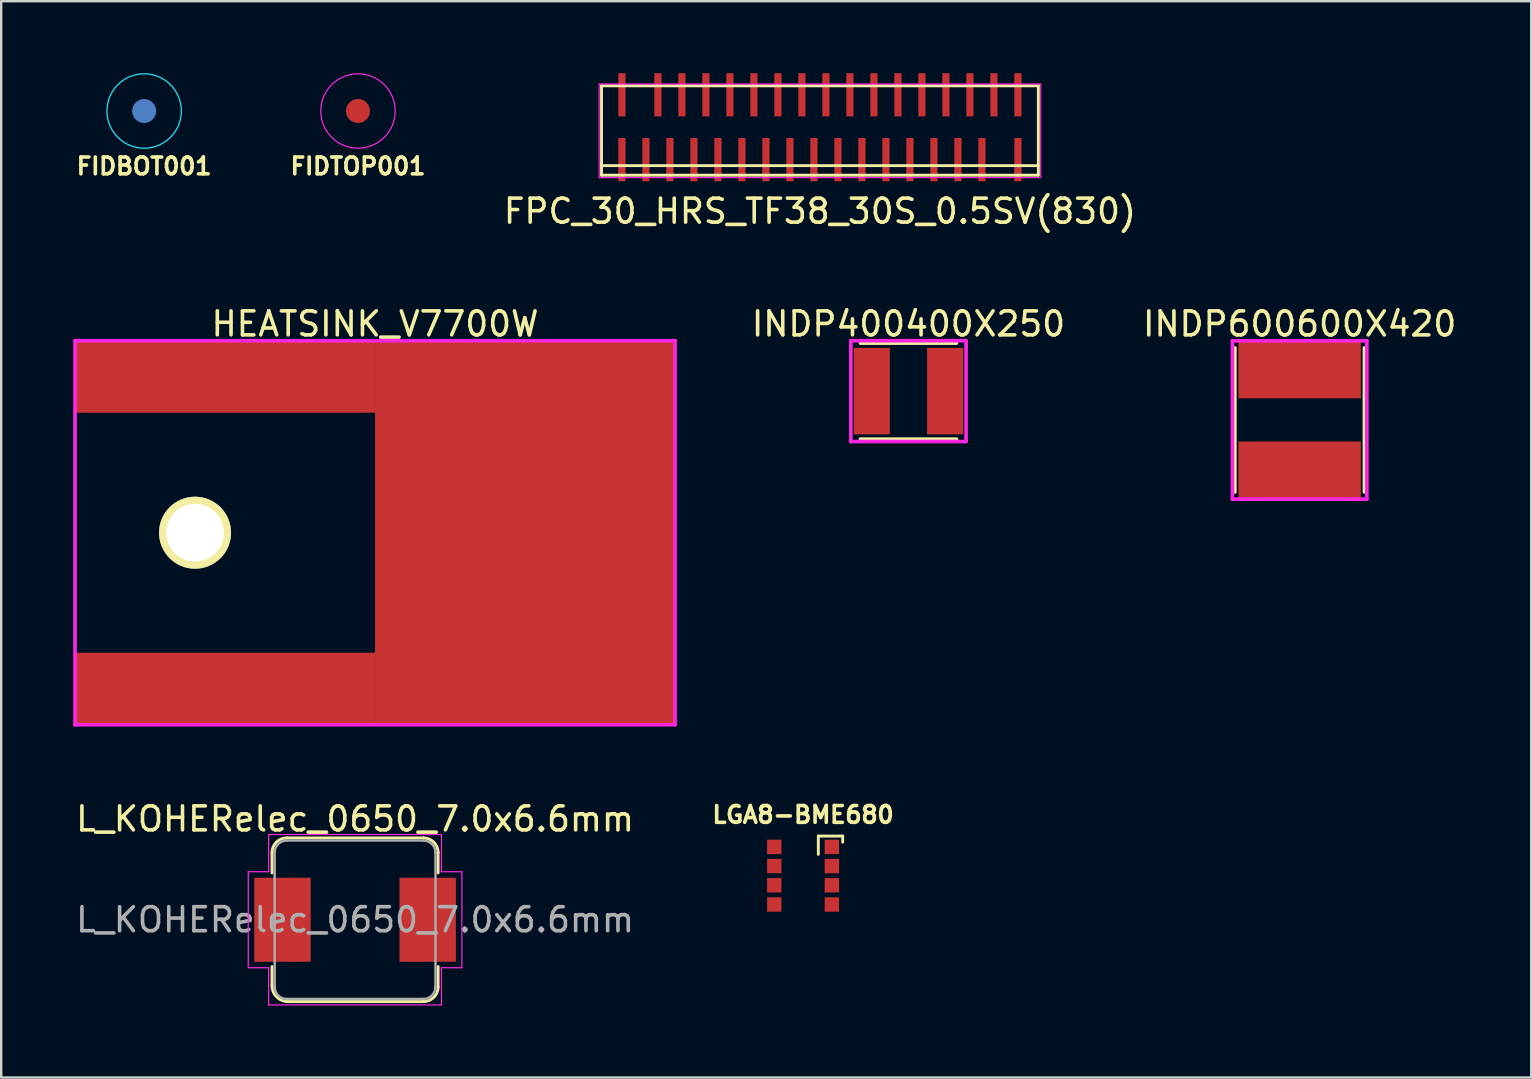
<source format=kicad_pcb>
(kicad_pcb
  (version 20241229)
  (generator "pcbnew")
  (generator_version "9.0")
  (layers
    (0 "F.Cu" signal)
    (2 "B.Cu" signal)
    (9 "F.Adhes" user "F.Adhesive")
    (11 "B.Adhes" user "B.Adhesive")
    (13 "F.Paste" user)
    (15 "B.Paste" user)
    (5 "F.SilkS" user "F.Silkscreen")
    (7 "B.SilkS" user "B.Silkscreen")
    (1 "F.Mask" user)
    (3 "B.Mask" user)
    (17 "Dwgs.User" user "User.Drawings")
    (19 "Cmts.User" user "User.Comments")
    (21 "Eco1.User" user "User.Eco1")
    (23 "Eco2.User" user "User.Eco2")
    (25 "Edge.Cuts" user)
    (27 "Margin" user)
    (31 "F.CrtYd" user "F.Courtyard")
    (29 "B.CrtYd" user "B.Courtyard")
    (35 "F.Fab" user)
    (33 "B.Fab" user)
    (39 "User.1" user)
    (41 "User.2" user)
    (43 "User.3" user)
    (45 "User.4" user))
  (footprint "LGA8-BME680"
    (layer "F.Cu")
    (at 30.41 33.435)
    (property "Reference" "LGA8-BME680" (at 0 -2.54 0) (unlocked yes) (layer "F.SilkS") (effects (font (size 0.7 0.7) (thickness 0.15))))
    (attr smd)
    (fp_line (start 0.635 -1.651) (end 1.651 -1.651) (stroke (width 0.12) (type solid)) (layer "F.SilkS"))
    (fp_line (start 0.635 -0.889) (end 0.635 -1.651) (stroke (width 0.12) (type solid)) (layer "F.SilkS"))
    (fp_line (start 1.651 -1.651) (end 1.651 -1.397) (stroke (width 0.12) (type solid)) (layer "F.SilkS"))
    (pad "1" smd rect (at 1.2 -1.2) (size 0.6 0.6) (layers "F.Cu" "F.Mask" "F.Paste"))
    (pad "2" smd rect (at 1.2 -0.4) (size 0.6 0.6) (layers "F.Cu" "F.Mask" "F.Paste"))
    (pad "3" smd rect (at 1.2 0.4) (size 0.6 0.6) (layers "F.Cu" "F.Mask" "F.Paste"))
    (pad "4" smd rect (at 1.2 1.2) (size 0.6 0.6) (layers "F.Cu" "F.Mask" "F.Paste"))
    (pad "5" smd rect (at -1.2 1.2) (size 0.6 0.6) (layers "F.Cu" "F.Mask" "F.Paste"))
    (pad "6" smd rect (at -1.2 0.4) (size 0.6 0.6) (layers "F.Cu" "F.Mask" "F.Paste"))
    (pad "7" smd rect (at -1.2 -0.4) (size 0.6 0.6) (layers "F.Cu" "F.Mask" "F.Paste"))
    (pad "8" smd rect (at -1.2 -1.2) (size 0.6 0.6) (layers "F.Cu" "F.Mask" "F.Paste")))
  (footprint "FIDTOP001"
    (layer "F.Cu")
    (at 11.865 1.575)
    (property "Reference" "FIDTOP001" (at 0 2.3 0) (layer "F.SilkS") (effects (font (size 0.7 0.7) (thickness 0.15))))
    (attr exclude_from_pos_files exclude_from_bom)
    (fp_circle (center 0 0) (end 1.55 0) (stroke (width 0.05) (type solid)) (fill no) (layer "F.CrtYd"))
    (pad "~" smd circle (at 0 0) (size 1 1) (layers "F.Cu" "F.Mask")))
  (footprint "FIDBOT001"
    (layer "F.Cu")
    (at 2.955 1.575)
    (property "Reference" "FIDBOT001" (at 0 2.3 0) (layer "F.SilkS") (effects (font (size 0.7 0.7) (thickness 0.15))))
    (attr exclude_from_pos_files exclude_from_bom)
    (fp_circle (center 0 0) (end 1.55 0) (stroke (width 0.05) (type solid)) (fill no) (layer "B.CrtYd"))
    (pad "~" smd circle (at 0 0) (size 1 1) (layers "B.Cu" "B.Mask")))
  (footprint "INDP400400X250"
    (layer "F.Cu")
    (at 34.801 13.246)
    (property "Reference" "INDP400400X250" (at 0 -2.8 0) (layer "F.SilkS") (effects (font (size 1 1) (thickness 0.15))))
    (attr through_hole)
    (fp_line (start 2 -2) (end -2 -2) (stroke (width 0.152) (type solid)) (layer "F.SilkS"))
    (fp_line (start 2 2) (end -2 2) (stroke (width 0.152) (type solid)) (layer "F.SilkS"))
    (fp_line (start -2.4 -2.1) (end 2.4 -2.1) (stroke (width 0.152) (type solid)) (layer "F.CrtYd"))
    (fp_line (start -2.4 2.1) (end -2.4 -2.1) (stroke (width 0.152) (type solid)) (layer "F.CrtYd"))
    (fp_line (start 2.4 -2.1) (end 2.4 2.1) (stroke (width 0.152) (type solid)) (layer "F.CrtYd"))
    (fp_line (start 2.4 2.1) (end -2.4 2.1) (stroke (width 0.152) (type solid)) (layer "F.CrtYd"))
    (pad "1" smd rect (at -1.525 0) (size 1.5 3.6) (layers "F.Cu" "F.Mask" "F.Paste"))
    (pad "2" smd rect (at 1.525 0) (size 1.5 3.6) (layers "F.Cu" "F.Mask" "F.Paste")))
  (footprint "L_KOHERelec_0650_7.0x6.6mm"
    (layer "F.Cu")
    (at 11.744 35.271)
    (property "Reference" "L_KOHERelec_0650_7.0x6.6mm" (at 0 -4.2 0) (layer "F.SilkS") (effects (font (size 1 1) (thickness 0.15))))
    (attr smd)
    (fp_line (start -3.46 -1.95) (end -3.46 -2.8) (stroke (width 0.12) (type solid)) (layer "F.SilkS"))
    (fp_line (start -3.46 2.75) (end -3.46 1.95) (stroke (width 0.12) (type solid)) (layer "F.SilkS"))
    (fp_line (start -2.85 -3.41) (end 2.85 -3.41) (stroke (width 0.12) (type solid)) (layer "F.SilkS"))
    (fp_line (start 2.85 3.41) (end -2.8 3.41) (stroke (width 0.12) (type solid)) (layer "F.SilkS"))
    (fp_line (start 3.46 -2.8) (end 3.46 -1.95) (stroke (width 0.12) (type solid)) (layer "F.SilkS"))
    (fp_line (start 3.46 1.95) (end 3.46 2.8) (stroke (width 0.12) (type solid)) (layer "F.SilkS"))
    (fp_arc (start -3.46 -2.8) (mid -3.281335 -3.231335) (end -2.85 -3.41) (stroke (width 0.12) (type solid)) (layer "F.SilkS"))
    (fp_arc (start -2.8 3.41) (mid -3.26669 3.21669) (end -3.46 2.75) (stroke (width 0.12) (type solid)) (layer "F.SilkS"))
    (fp_arc (start 2.85 -3.41) (mid 3.281335 -3.231335) (end 3.46 -2.8) (stroke (width 0.12) (type solid)) (layer "F.SilkS"))
    (fp_arc (start 3.46 2.8) (mid 3.281335 3.231335) (end 2.85 3.41) (stroke (width 0.12) (type solid)) (layer "F.SilkS"))
    (fp_line (start -4.45 -2) (end -3.6 -2) (stroke (width 0.05) (type solid)) (layer "F.CrtYd"))
    (fp_line (start -4.45 2) (end -4.45 -2) (stroke (width 0.05) (type solid)) (layer "F.CrtYd"))
    (fp_line (start -3.6 -3.55) (end 3.6 -3.55) (stroke (width 0.05) (type solid)) (layer "F.CrtYd"))
    (fp_line (start -3.6 -2) (end -3.6 -3.55) (stroke (width 0.05) (type solid)) (layer "F.CrtYd"))
    (fp_line (start -3.6 2) (end -4.45 2) (stroke (width 0.05) (type solid)) (layer "F.CrtYd"))
    (fp_line (start -3.6 3.55) (end -3.6 2) (stroke (width 0.05) (type solid)) (layer "F.CrtYd"))
    (fp_line (start 3.6 -3.55) (end 3.6 -2) (stroke (width 0.05) (type solid)) (layer "F.CrtYd"))
    (fp_line (start 3.6 -2) (end 4.45 -2) (stroke (width 0.05) (type solid)) (layer "F.CrtYd"))
    (fp_line (start 3.6 2) (end 3.6 3.55) (stroke (width 0.05) (type solid)) (layer "F.CrtYd"))
    (fp_line (start 3.6 3.55) (end -3.6 3.55) (stroke (width 0.05) (type solid)) (layer "F.CrtYd"))
    (fp_line (start 4.45 -2) (end 4.45 2) (stroke (width 0.05) (type solid)) (layer "F.CrtYd"))
    (fp_line (start 4.45 2) (end 3.6 2) (stroke (width 0.05) (type solid)) (layer "F.CrtYd"))
    (fp_line (start -3.35 2.8) (end -3.35 -2.8) (stroke (width 0.1) (type solid)) (layer "F.Fab"))
    (fp_line (start -2.85 -3.3) (end 2.85 -3.3) (stroke (width 0.1) (type solid)) (layer "F.Fab"))
    (fp_line (start 2.85 3.3) (end -2.85 3.3) (stroke (width 0.1) (type solid)) (layer "F.Fab"))
    (fp_line (start 3.35 -2.8) (end 3.35 2.8) (stroke (width 0.1) (type solid)) (layer "F.Fab"))
    (fp_arc (start -3.35 -2.8) (mid -3.203553 -3.153553) (end -2.85 -3.3) (stroke (width 0.1) (type solid)) (layer "F.Fab"))
    (fp_arc (start -2.85 3.3) (mid -3.203553 3.153553) (end -3.35 2.8) (stroke (width 0.1) (type solid)) (layer "F.Fab"))
    (fp_arc (start 2.85 -3.3) (mid 3.203553 -3.153553) (end 3.35 -2.8) (stroke (width 0.1) (type solid)) (layer "F.Fab"))
    (fp_arc (start 3.35 2.8) (mid 3.203553 3.153553) (end 2.85 3.3) (stroke (width 0.1) (type solid)) (layer "F.Fab"))
    (fp_text user "${REFERENCE}" (at 0 0 0) (layer "F.Fab") (effects (font (size 1 1) (thickness 0.15))))
    (pad "1" smd rect (at -3.025 0) (size 2.35 3.5) (layers "F.Cu" "F.Mask" "F.Paste"))
    (pad "2" smd rect (at 3.025 0) (size 2.35 3.5) (layers "F.Cu" "F.Mask" "F.Paste")))
  (footprint "HEATSINK_V7700W"
    (layer "F.Cu")
    (at 12.576 19.146)
    (property "Reference" "HEATSINK_V7700W" (at 0 -8.7 0) (layer "F.SilkS") (effects (font (size 1 1) (thickness 0.15))))
    (attr through_hole)
    (fp_line (start -12.5 -8) (end -12.5 8) (stroke (width 0.152) (type solid)) (layer "F.CrtYd"))
    (fp_line (start 12.5 -8) (end -12.5 -8) (stroke (width 0.152) (type solid)) (layer "F.CrtYd"))
    (fp_line (start 12.5 8) (end -12.5 8) (stroke (width 0.152) (type solid)) (layer "F.CrtYd"))
    (fp_line (start 12.5 8) (end 12.5 -8) (stroke (width 0.152) (type solid)) (layer "F.CrtYd"))
    (pad "1" thru_hole circle (at -7.5 0) (size 3 3) (drill 2.4) (layers "*.Cu" "*.Mask" "F.SilkS"))
    (pad "1" smd rect (at -6.25 -6.5) (size 12.5 3) (layers "F.Cu" "F.Mask" "F.Paste"))
    (pad "1" smd rect (at -6.25 6.5) (size 12.5 3) (layers "F.Cu" "F.Mask" "F.Paste"))
    (pad "1" smd rect (at 6.25 0) (size 12.5 16) (layers "F.Cu" "F.Mask" "F.Paste")))
  (footprint "INDP600600X420"
    (layer "F.Cu")
    (at 51.099 14.447)
    (property "Reference" "INDP600600X420" (at 0 -4 0) (layer "F.SilkS") (effects (font (size 1 1) (thickness 0.15))))
    (attr through_hole)
    (fp_line (start -2.7 3) (end -2.7 -3) (stroke (width 0.152) (type solid)) (layer "F.SilkS"))
    (fp_line (start 2.7 3) (end 2.7 -3) (stroke (width 0.152) (type solid)) (layer "F.SilkS"))
    (fp_line (start -2.8 -3.3) (end -2.8 3.3) (stroke (width 0.152) (type solid)) (layer "F.CrtYd"))
    (fp_line (start -2.8 3.3) (end 2.8 3.3) (stroke (width 0.152) (type solid)) (layer "F.CrtYd"))
    (fp_line (start 2.8 -3.3) (end -2.8 -3.3) (stroke (width 0.152) (type solid)) (layer "F.CrtYd"))
    (fp_line (start 2.8 3.3) (end 2.8 -3.3) (stroke (width 0.152) (type solid)) (layer "F.CrtYd"))
    (pad "1" smd rect (at 0 -2.075) (size 5.1 2.35) (layers "F.Cu" "F.Mask" "F.Paste"))
    (pad "2" smd rect (at 0 2.075) (size 5.1 2.35) (layers "F.Cu" "F.Mask" "F.Paste")))
  (footprint "FPC_30_HRS_TF38_30S_0.5SV(830)"
    (layer "F.Cu")
    (at 31.112 2.25)
    (property "Reference" "FPC_30_HRS_TF38_30S_0.5SV(830)" (at 0 3.5 0) (layer "F.SilkS") (effects (font (size 1 1) (thickness 0.15))))
    (attr smd)
    (fp_line (start -9.1 -1.725) (end 9.1 -1.725) (stroke (width 0.12) (type solid)) (layer "F.SilkS"))
    (fp_line (start -9.1 1.6) (end 9.1 1.6) (stroke (width 0.12) (type solid)) (layer "F.SilkS"))
    (fp_line (start -9.1 2) (end -9.1 -1.725) (stroke (width 0.12) (type solid)) (layer "F.SilkS"))
    (fp_line (start -9.1 2) (end 9.1 2) (stroke (width 0.12) (type solid)) (layer "F.SilkS"))
    (fp_line (start 9.1 2) (end 9.1 -1.725) (stroke (width 0.12) (type solid)) (layer "F.SilkS"))
    (fp_line (start -9.2 -1.8) (end -9.2 2.1) (stroke (width 0.05) (type solid)) (layer "F.CrtYd"))
    (fp_line (start -9.2 -1.8) (end 9.2 -1.8) (stroke (width 0.05) (type solid)) (layer "F.CrtYd"))
    (fp_line (start -9.2 2.1) (end 9.2 2.1) (stroke (width 0.05) (type solid)) (layer "F.CrtYd"))
    (fp_line (start 9.2 -1.8) (end 9.2 2.1) (stroke (width 0.05) (type solid)) (layer "F.CrtYd"))
    (pad "0" smd rect (at -8.25 -1.35) (size 0.3 1.8) (layers "F.Cu" "F.Mask" "F.Paste"))
    (pad "0" smd rect (at -8.25 1.35) (size 0.3 1.8) (layers "F.Cu" "F.Mask" "F.Paste"))
    (pad "0" smd rect (at 8.25 -1.35) (size 0.3 1.8) (layers "F.Cu" "F.Mask" "F.Paste"))
    (pad "0" smd rect (at 8.25 1.35) (size 0.3 1.8) (layers "F.Cu" "F.Mask" "F.Paste"))
    (pad "1" smd rect (at 7.25 -1.35) (size 0.3 1.8) (layers "F.Cu" "F.Mask" "F.Paste"))
    (pad "2" smd rect (at 6.75 1.35) (size 0.3 1.8) (layers "F.Cu" "F.Mask" "F.Paste"))
    (pad "3" smd rect (at 6.25 -1.35) (size 0.3 1.8) (layers "F.Cu" "F.Mask" "F.Paste"))
    (pad "4" smd rect (at 5.75 1.35) (size 0.3 1.8) (layers "F.Cu" "F.Mask" "F.Paste"))
    (pad "5" smd rect (at 5.25 -1.35) (size 0.3 1.8) (layers "F.Cu" "F.Mask" "F.Paste"))
    (pad "6" smd rect (at 4.75 1.35) (size 0.3 1.8) (layers "F.Cu" "F.Mask" "F.Paste"))
    (pad "7" smd rect (at 4.25 -1.35) (size 0.3 1.8) (layers "F.Cu" "F.Mask" "F.Paste"))
    (pad "8" smd rect (at 3.75 1.35) (size 0.3 1.8) (layers "F.Cu" "F.Mask" "F.Paste"))
    (pad "9" smd rect (at 3.25 -1.35) (size 0.3 1.8) (layers "F.Cu" "F.Mask" "F.Paste"))
    (pad "10" smd rect (at 2.75 1.35) (size 0.3 1.8) (layers "F.Cu" "F.Mask" "F.Paste"))
    (pad "11" smd rect (at 2.25 -1.35) (size 0.3 1.8) (layers "F.Cu" "F.Mask" "F.Paste"))
    (pad "12" smd rect (at 1.75 1.35) (size 0.3 1.8) (layers "F.Cu" "F.Mask" "F.Paste"))
    (pad "13" smd rect (at 1.25 -1.35) (size 0.3 1.8) (layers "F.Cu" "F.Mask" "F.Paste"))
    (pad "14" smd rect (at 0.75 1.35) (size 0.3 1.8) (layers "F.Cu" "F.Mask" "F.Paste"))
    (pad "15" smd rect (at 0.25 -1.35) (size 0.3 1.8) (layers "F.Cu" "F.Mask" "F.Paste"))
    (pad "16" smd rect (at -0.25 1.35) (size 0.3 1.8) (layers "F.Cu" "F.Mask" "F.Paste"))
    (pad "17" smd rect (at -0.75 -1.35) (size 0.3 1.8) (layers "F.Cu" "F.Mask" "F.Paste"))
    (pad "18" smd rect (at -1.25 1.35) (size 0.3 1.8) (layers "F.Cu" "F.Mask" "F.Paste"))
    (pad "19" smd rect (at -1.75 -1.35) (size 0.3 1.8) (layers "F.Cu" "F.Mask" "F.Paste"))
    (pad "20" smd rect (at -2.25 1.35) (size 0.3 1.8) (layers "F.Cu" "F.Mask" "F.Paste"))
    (pad "21" smd rect (at -2.75 -1.35) (size 0.3 1.8) (layers "F.Cu" "F.Mask" "F.Paste"))
    (pad "22" smd rect (at -3.25 1.35) (size 0.3 1.8) (layers "F.Cu" "F.Mask" "F.Paste"))
    (pad "23" smd rect (at -3.75 -1.35) (size 0.3 1.8) (layers "F.Cu" "F.Mask" "F.Paste"))
    (pad "24" smd rect (at -4.25 1.35) (size 0.3 1.8) (layers "F.Cu" "F.Mask" "F.Paste"))
    (pad "25" smd rect (at -4.75 -1.35) (size 0.3 1.8) (layers "F.Cu" "F.Mask" "F.Paste"))
    (pad "26" smd rect (at -5.25 1.35) (size 0.3 1.8) (layers "F.Cu" "F.Mask" "F.Paste"))
    (pad "27" smd rect (at -5.75 -1.35) (size 0.3 1.8) (layers "F.Cu" "F.Mask" "F.Paste"))
    (pad "28" smd rect (at -6.25 1.35) (size 0.3 1.8) (layers "F.Cu" "F.Mask" "F.Paste"))
    (pad "29" smd rect (at -6.75 -1.35) (size 0.3 1.8) (layers "F.Cu" "F.Mask" "F.Paste"))
    (pad "30" smd rect (at -7.25 1.35) (size 0.3 1.8) (layers "F.Cu" "F.Mask" "F.Paste")))
  (gr_rect
    (start -3 -3)
    (end 60.748 41.846)
    (stroke (width 0.1) (type default))
    (fill no)
    (layer "Edge.Cuts")))
</source>
